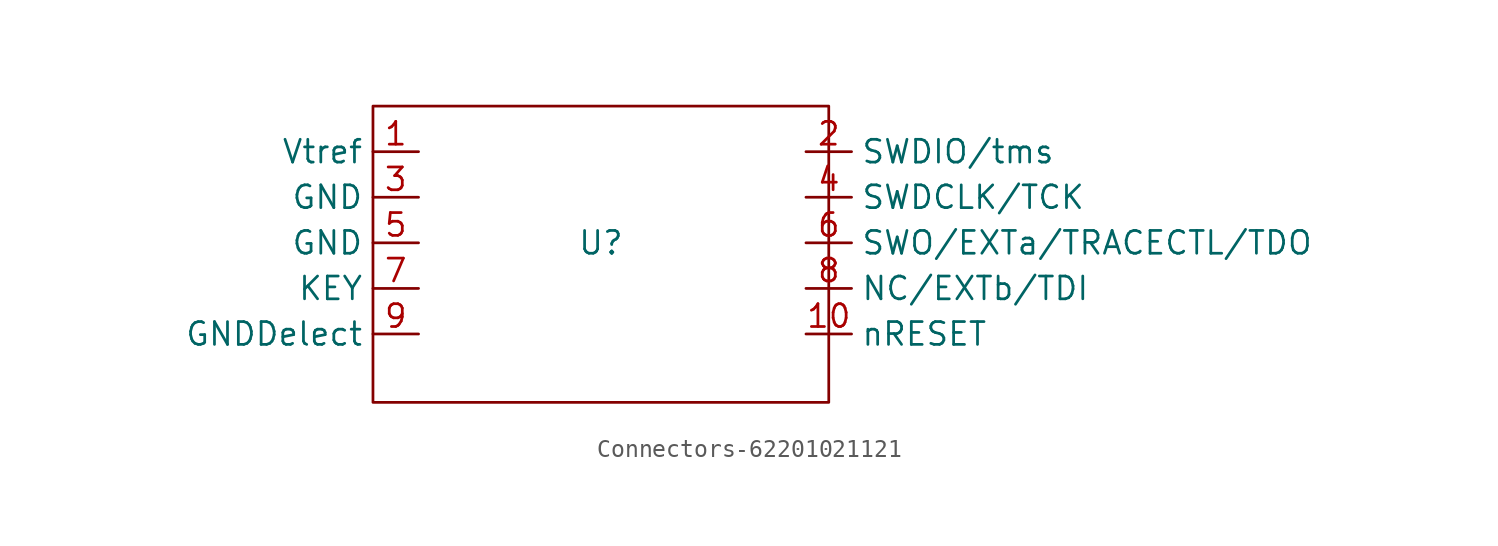
<source format=kicad_sym>
(kicad_symbol_lib
  (version 20220914)
  (generator kicad_symbol_editor)
  (symbol "Connectors-62201021121"
    (property "Reference" "U"
      (at -10.16 -7.62 0)
      (effects (font (size 1.27 1.27))))
    (property "Value" ""
      (at 0 0 0)
      (effects (font (size 1.27 1.27))))
    (symbol "Connectors-62201021121_0_1"
      (rectangle (start -22.86 0) (end 2.54 -16.51) (stroke (width 0) (type default)) (fill (type none))))
    (symbol "Connectors-62201021121_1_1"
      (pin input line (at -20.32 -2.54 180) (length 2.54) (name "Vtref" (effects (font (size 1.27 1.27)))) (number "1" (effects (font (size 1.27 1.27)))))
      (pin output line (at 1.27 -12.7 0) (length 2.54) (name "nRESET" (effects (font (size 1.27 1.27)))) (number "10" (effects (font (size 1.27 1.27)))))
      (pin bidirectional line (at 1.27 -2.54 0) (length 2.54) (name "SWDIO/tms" (effects (font (size 1.27 1.27)))) (number "2" (effects (font (size 1.27 1.27)))))
      (pin output line (at -20.32 -5.08 180) (length 2.54) (name "GND" (effects (font (size 1.27 1.27)))) (number "3" (effects (font (size 1.27 1.27)))))
      (pin input line (at 1.27 -5.08 0) (length 2.54) (name "SWDCLK/TCK" (effects (font (size 1.27 1.27)))) (number "4" (effects (font (size 1.27 1.27)))))
      (pin output line (at -20.32 -7.62 180) (length 2.54) (name "GND" (effects (font (size 1.27 1.27)))) (number "5" (effects (font (size 1.27 1.27)))))
      (pin output line (at 1.27 -7.62 0) (length 2.54) (name "SWO/EXTa/TRACECTL/TDO" (effects (font (size 1.27 1.27)))) (number "6" (effects (font (size 1.27 1.27)))))
      (pin output line (at -20.32 -10.16 180) (length 2.54) (name "KEY" (effects (font (size 1.27 1.27)))) (number "7" (effects (font (size 1.27 1.27)))))
      (pin output line (at 1.27 -10.16 0) (length 2.54) (name "NC/EXTb/TDI" (effects (font (size 1.27 1.27)))) (number "8" (effects (font (size 1.27 1.27)))))
      (pin output line (at -20.32 -12.7 180) (length 2.54) (name "GNDDelect" (effects (font (size 1.27 1.27)))) (number "9" (effects (font (size 1.27 1.27))))))))
</source>
